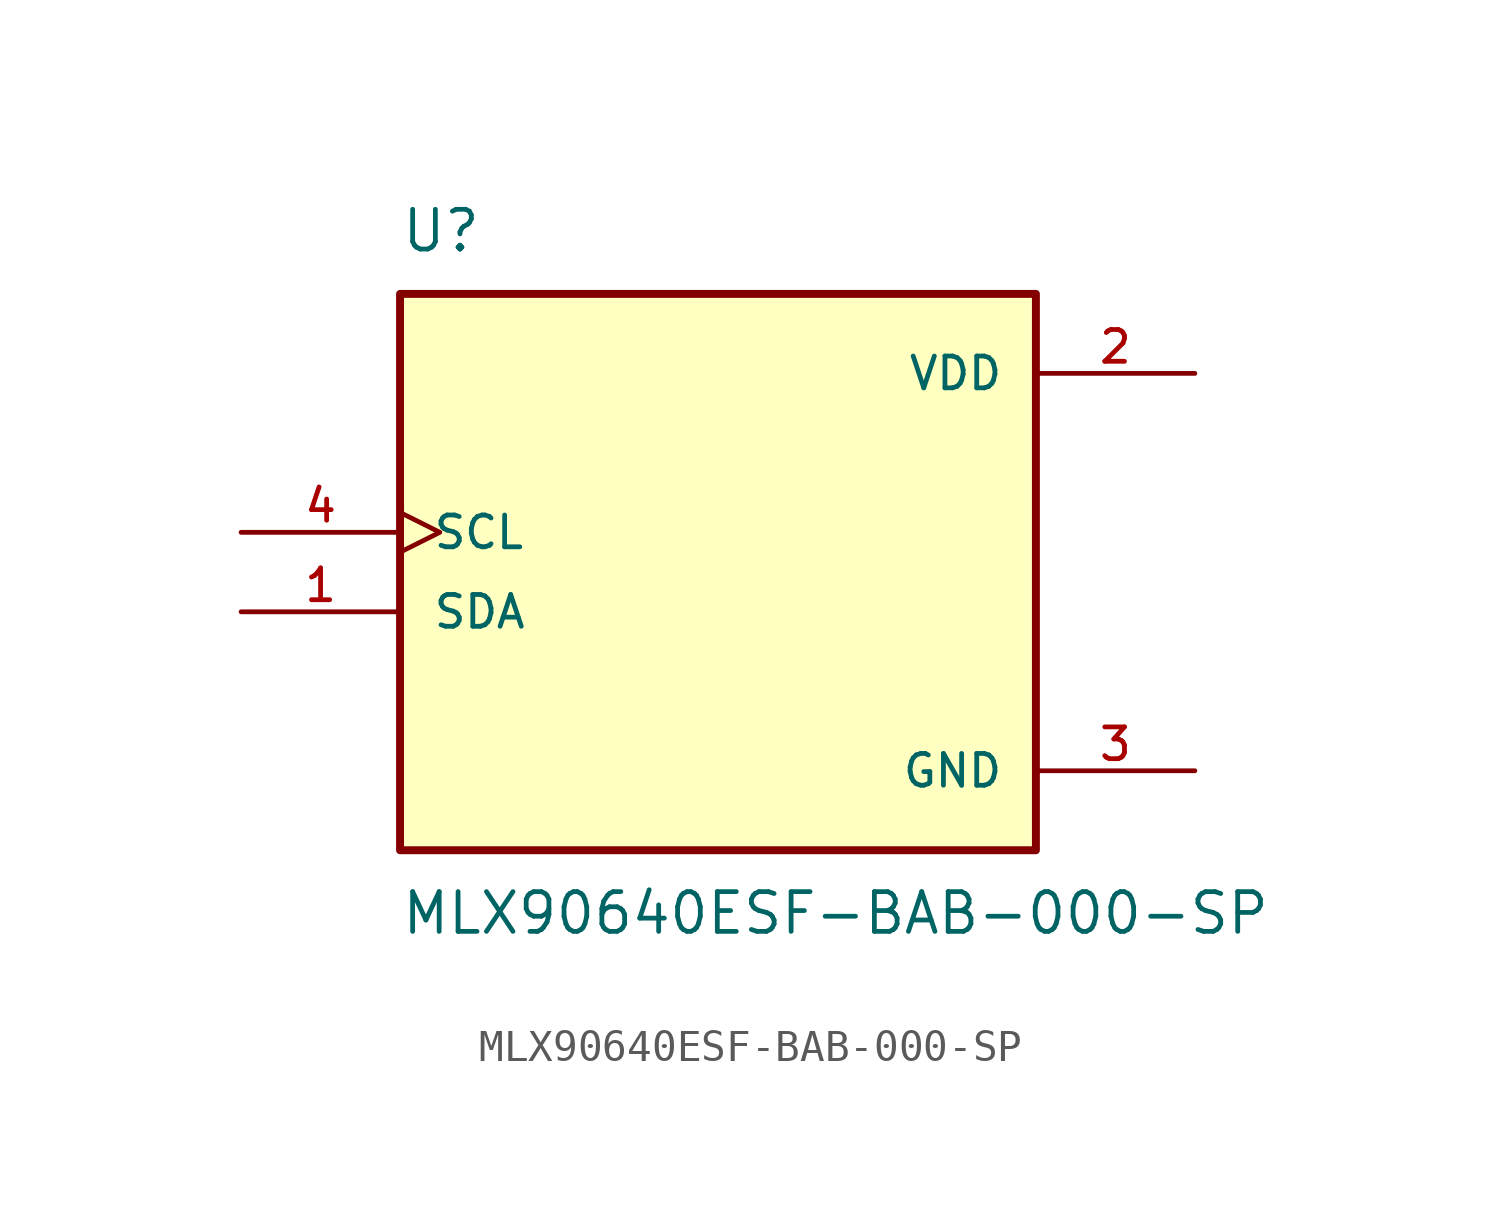
<source format=kicad_sym>
(kicad_symbol_lib
  (version 20211014)
  (generator kicad_symbol_editor)
  (symbol "MLX90640ESF-BAB-000-SP"
    (pin_names
      (offset 1.016))
    (property "Reference" "U"
      (at -10.16 8.89 0)
      (effects (font (size 1.27 1.27)) (justify bottom left)))
    (property "Value" "MLX90640ESF-BAB-000-SP"
      (at -10.16 -11.43 0)
      (effects (font (size 1.27 1.27)) (justify top left)))
    (symbol "MLX90640ESF-BAB-000-SP_0_0"
      (rectangle (start -10.16 -10.16) (end 10.16 7.62) (stroke (width 0.254)) (fill (type background)))
      (pin power_in line (at 15.24 5.08 180.0) (length 5.08) (name "VDD" (effects (font (size 1.016 1.016)))) (number "2" (effects (font (size 1.016 1.016)))))
      (pin power_in line (at 15.24 -7.62 180.0) (length 5.08) (name "GND" (effects (font (size 1.016 1.016)))) (number "3" (effects (font (size 1.016 1.016)))))
      (pin input clock (at -15.24 0.0 0) (length 5.08) (name "SCL" (effects (font (size 1.016 1.016)))) (number "4" (effects (font (size 1.016 1.016)))))
      (pin bidirectional line (at -15.24 -2.54 0) (length 5.08) (name "SDA" (effects (font (size 1.016 1.016)))) (number "1" (effects (font (size 1.016 1.016))))))))
</source>
